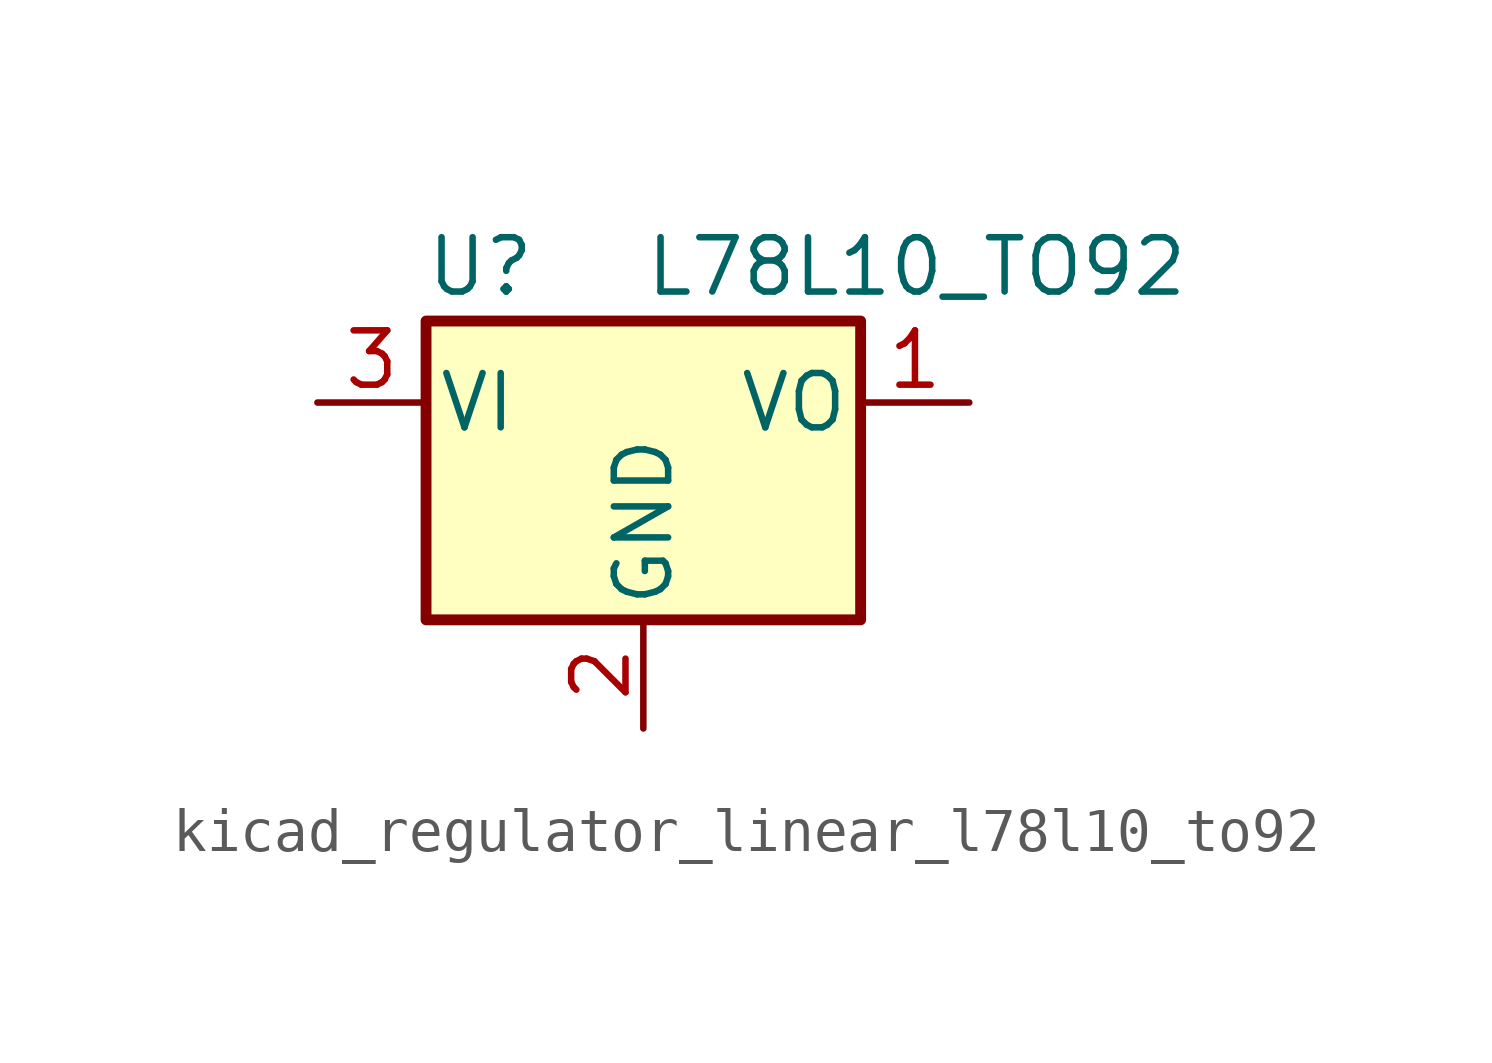
<source format=kicad_sym>
(kicad_symbol_lib
  (version 20220914)
  (generator kicad_symbol_editor)
  (symbol "kicad_regulator_linear_l78l10_to92"
    (pin_names
      (offset 0.254))
    (property "Reference" "U"
      (at -3.81 3.175 0)
      (effects (font (size 1.27 1.27))))
    (property "Value" "L78L10_TO92"
      (at 0 3.175 0)
      (effects (font (size 1.27 1.27)) (justify left)))
    (symbol "kicad_regulator_linear_l78l10_to92_0_1"
      (rectangle (start -5.08 -5.08) (end 5.08 1.905) (stroke (width 0.254) (type default)) (fill (type background))))
    (symbol "kicad_regulator_linear_l78l10_to92_1_1"
      (pin power_out line (at 7.62 0 180) (length 2.54) (name "VO" (effects (font (size 1.27 1.27)))) (number "1" (effects (font (size 1.27 1.27)))))
      (pin power_in line (at 0 -7.62 90) (length 2.54) (name "GND" (effects (font (size 1.27 1.27)))) (number "2" (effects (font (size 1.27 1.27)))))
      (pin power_in line (at -7.62 0 0) (length 2.54) (name "VI" (effects (font (size 1.27 1.27)))) (number "3" (effects (font (size 1.27 1.27))))))))
</source>
